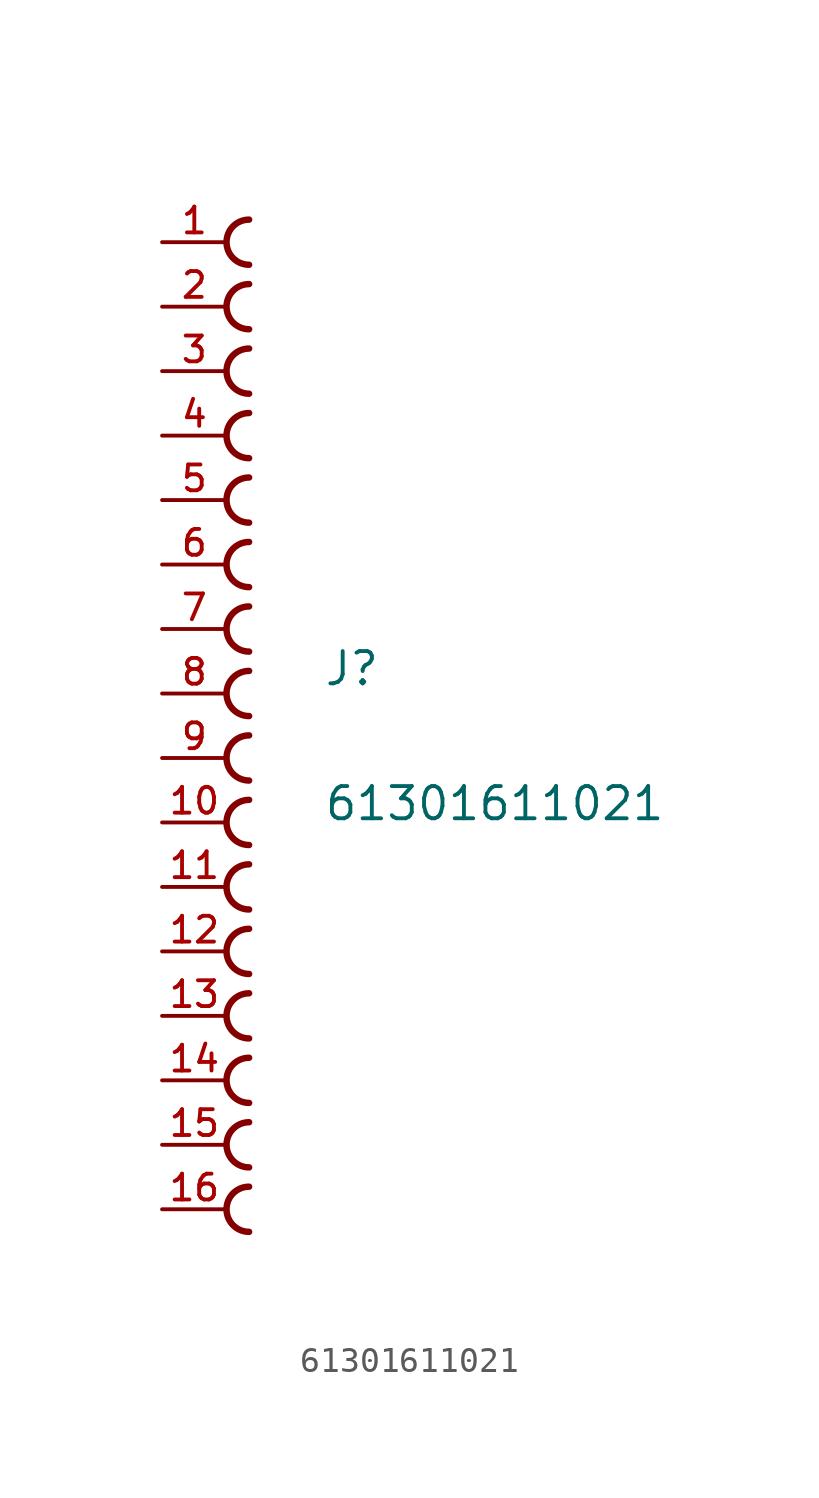
<source format=kicad_sym>
(kicad_symbol_lib
  (version 20211014)
  (generator kicad_symbol_editor)
  (symbol "61301611021"
    (pin_names
      (offset 1.016))
    (property "Reference" "J"
      (at 3.81 0.238 0)
      (effects (font (size 1.27 1.27)) (justify bottom left)))
    (property "Value" "61301611021"
      (at 3.81 -5.08 0)
      (effects (font (size 1.27 1.27)) (justify bottom left)))
    (symbol "61301611021_0_0"
      (arc (start 0.889 16.891) (mid 0.0 17.78) (end 0.889 18.669) (stroke (width 0.254) (type default) (color 0 0 0 0)) (fill (type none)))
      (arc (start 0.889 14.351) (mid 0.0 15.24) (end 0.889 16.129) (stroke (width 0.254) (type default) (color 0 0 0 0)) (fill (type none)))
      (arc (start 0.889 11.811) (mid -0.0 12.7) (end 0.889 13.589) (stroke (width 0.254) (type default) (color 0 0 0 0)) (fill (type none)))
      (arc (start 0.889 9.271) (mid 0.0 10.16) (end 0.889 11.049) (stroke (width 0.254) (type default) (color 0 0 0 0)) (fill (type none)))
      (arc (start 0.889 6.731) (mid -0.0 7.62) (end 0.889 8.509) (stroke (width 0.254) (type default) (color 0 0 0 0)) (fill (type none)))
      (arc (start 0.889 4.191) (mid -0.0 5.08) (end 0.889 5.969) (stroke (width 0.254) (type default) (color 0 0 0 0)) (fill (type none)))
      (arc (start 0.889 1.651) (mid 0.0 2.54) (end 0.889 3.429) (stroke (width 0.254) (type default) (color 0 0 0 0)) (fill (type none)))
      (arc (start 0.889 -0.889) (mid 0.0 0.0) (end 0.889 0.889) (stroke (width 0.254) (type default) (color 0 0 0 0)) (fill (type none)))
      (arc (start 0.889 -3.429) (mid 0.0 -2.54) (end 0.889 -1.651) (stroke (width 0.254) (type default) (color 0 0 0 0)) (fill (type none)))
      (arc (start 0.889 -5.969) (mid -0.0 -5.08) (end 0.889 -4.191) (stroke (width 0.254) (type default) (color 0 0 0 0)) (fill (type none)))
      (arc (start 0.889 -8.509) (mid -0.0 -7.62) (end 0.889 -6.731) (stroke (width 0.254) (type default) (color 0 0 0 0)) (fill (type none)))
      (arc (start 0.889 -11.049) (mid 0.0 -10.16) (end 0.889 -9.271) (stroke (width 0.254) (type default) (color 0 0 0 0)) (fill (type none)))
      (arc (start 0.889 -13.589) (mid 0.0 -12.7) (end 0.889 -11.811) (stroke (width 0.254) (type default) (color 0 0 0 0)) (fill (type none)))
      (arc (start 0.889 -16.129) (mid -0.0 -15.24) (end 0.889 -14.351) (stroke (width 0.254) (type default) (color 0 0 0 0)) (fill (type none)))
      (arc (start 0.889 -18.669) (mid -0.0 -17.78) (end 0.889 -16.891) (stroke (width 0.254) (type default) (color 0 0 0 0)) (fill (type none)))
      (arc (start 0.889 -21.209) (mid 0.0 -20.32) (end 0.889 -19.431) (stroke (width 0.254) (type default) (color 0 0 0 0)) (fill (type none)))
      (pin passive line (at -2.54 17.78 0) (length 2.54) (name "~" (effects (font (size 1.016 1.016)))) (number "1" (effects (font (size 1.016 1.016)))))
      (pin passive line (at -2.54 15.24 0) (length 2.54) (name "~" (effects (font (size 1.016 1.016)))) (number "2" (effects (font (size 1.016 1.016)))))
      (pin passive line (at -2.54 12.7 0) (length 2.54) (name "~" (effects (font (size 1.016 1.016)))) (number "3" (effects (font (size 1.016 1.016)))))
      (pin passive line (at -2.54 10.16 0) (length 2.54) (name "~" (effects (font (size 1.016 1.016)))) (number "4" (effects (font (size 1.016 1.016)))))
      (pin passive line (at -2.54 7.62 0) (length 2.54) (name "~" (effects (font (size 1.016 1.016)))) (number "5" (effects (font (size 1.016 1.016)))))
      (pin passive line (at -2.54 5.08 0) (length 2.54) (name "~" (effects (font (size 1.016 1.016)))) (number "6" (effects (font (size 1.016 1.016)))))
      (pin passive line (at -2.54 2.54 0) (length 2.54) (name "~" (effects (font (size 1.016 1.016)))) (number "7" (effects (font (size 1.016 1.016)))))
      (pin passive line (at -2.54 0.0 0) (length 2.54) (name "~" (effects (font (size 1.016 1.016)))) (number "8" (effects (font (size 1.016 1.016)))))
      (pin passive line (at -2.54 -2.54 0) (length 2.54) (name "~" (effects (font (size 1.016 1.016)))) (number "9" (effects (font (size 1.016 1.016)))))
      (pin passive line (at -2.54 -5.08 0) (length 2.54) (name "~" (effects (font (size 1.016 1.016)))) (number "10" (effects (font (size 1.016 1.016)))))
      (pin passive line (at -2.54 -7.62 0) (length 2.54) (name "~" (effects (font (size 1.016 1.016)))) (number "11" (effects (font (size 1.016 1.016)))))
      (pin passive line (at -2.54 -10.16 0) (length 2.54) (name "~" (effects (font (size 1.016 1.016)))) (number "12" (effects (font (size 1.016 1.016)))))
      (pin passive line (at -2.54 -12.7 0) (length 2.54) (name "~" (effects (font (size 1.016 1.016)))) (number "13" (effects (font (size 1.016 1.016)))))
      (pin passive line (at -2.54 -15.24 0) (length 2.54) (name "~" (effects (font (size 1.016 1.016)))) (number "14" (effects (font (size 1.016 1.016)))))
      (pin passive line (at -2.54 -17.78 0) (length 2.54) (name "~" (effects (font (size 1.016 1.016)))) (number "15" (effects (font (size 1.016 1.016)))))
      (pin passive line (at -2.54 -20.32 0) (length 2.54) (name "~" (effects (font (size 1.016 1.016)))) (number "16" (effects (font (size 1.016 1.016))))))))
</source>
